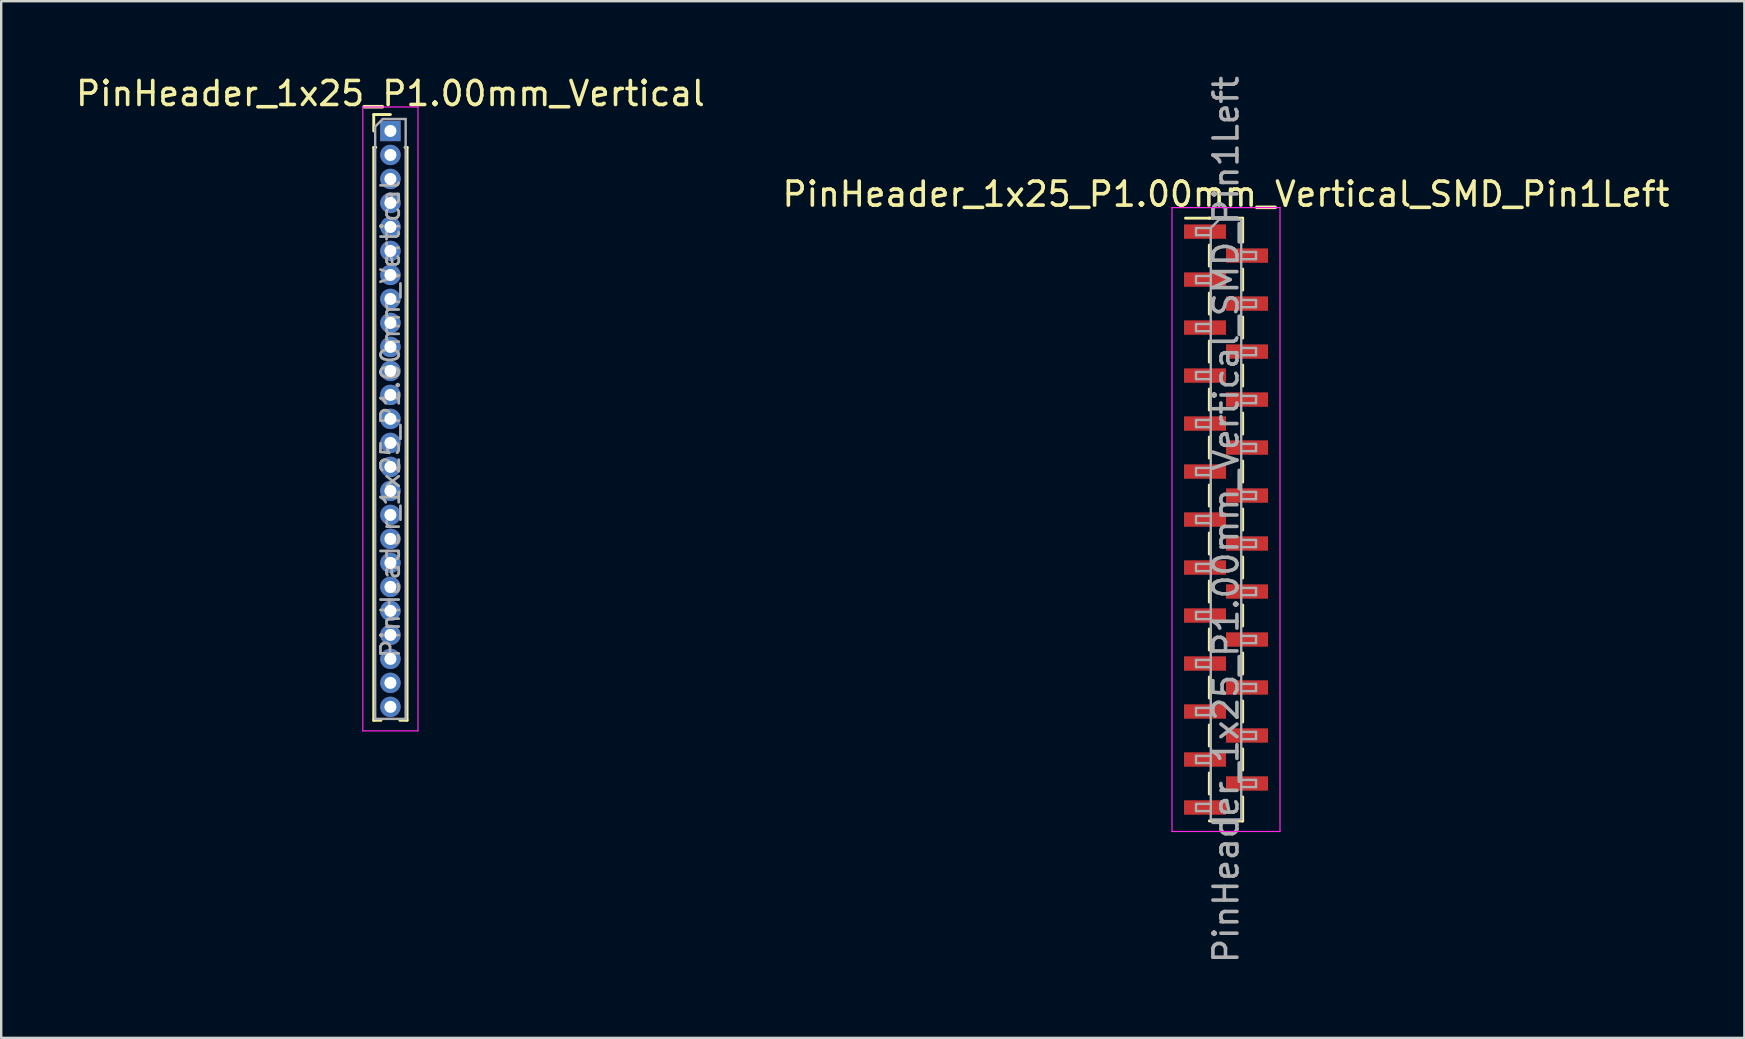
<source format=kicad_pcb>
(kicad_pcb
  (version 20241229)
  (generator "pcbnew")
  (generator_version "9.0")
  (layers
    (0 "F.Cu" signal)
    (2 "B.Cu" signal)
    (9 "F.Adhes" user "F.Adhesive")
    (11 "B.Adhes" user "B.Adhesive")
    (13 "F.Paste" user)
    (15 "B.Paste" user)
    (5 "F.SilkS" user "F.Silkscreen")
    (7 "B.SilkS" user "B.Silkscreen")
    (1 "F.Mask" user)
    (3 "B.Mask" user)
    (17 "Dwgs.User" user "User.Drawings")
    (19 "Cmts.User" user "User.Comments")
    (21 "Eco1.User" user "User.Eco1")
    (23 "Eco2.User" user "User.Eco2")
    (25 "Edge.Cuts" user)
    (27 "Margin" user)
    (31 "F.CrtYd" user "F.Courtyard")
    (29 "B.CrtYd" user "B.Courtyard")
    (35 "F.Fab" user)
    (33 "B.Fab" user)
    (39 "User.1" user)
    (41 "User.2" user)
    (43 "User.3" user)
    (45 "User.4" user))
  (footprint "PinHeader_1x25_P1.00mm_Vertical_SMD_Pin1Left"
    (layer "F.Cu")
    (at 48.042 18.601)
    (property "Reference" "PinHeader_1x25_P1.00mm_Vertical_SMD_Pin1Left" (at 0 -13.56 0) (layer "F.SilkS") (effects (font (size 1 1) (thickness 0.15))))
    (attr smd)
    (fp_line (start -0.695 -12.56) (end -1.69 -12.56) (stroke (width 0.12) (type solid)) (layer "F.SilkS"))
    (fp_line (start -0.695 -12.56) (end -0.695 -12.56) (stroke (width 0.12) (type solid)) (layer "F.SilkS"))
    (fp_line (start -0.695 -12.56) (end 0.695 -12.56) (stroke (width 0.12) (type solid)) (layer "F.SilkS"))
    (fp_line (start -0.695 -11.44) (end -0.695 -10.56) (stroke (width 0.12) (type solid)) (layer "F.SilkS"))
    (fp_line (start -0.695 -9.44) (end -0.695 -8.56) (stroke (width 0.12) (type solid)) (layer "F.SilkS"))
    (fp_line (start -0.695 -7.44) (end -0.695 -6.56) (stroke (width 0.12) (type solid)) (layer "F.SilkS"))
    (fp_line (start -0.695 -5.44) (end -0.695 -4.56) (stroke (width 0.12) (type solid)) (layer "F.SilkS"))
    (fp_line (start -0.695 -3.44) (end -0.695 -2.56) (stroke (width 0.12) (type solid)) (layer "F.SilkS"))
    (fp_line (start -0.695 -1.44) (end -0.695 -0.56) (stroke (width 0.12) (type solid)) (layer "F.SilkS"))
    (fp_line (start -0.695 0.56) (end -0.695 1.44) (stroke (width 0.12) (type solid)) (layer "F.SilkS"))
    (fp_line (start -0.695 2.56) (end -0.695 3.44) (stroke (width 0.12) (type solid)) (layer "F.SilkS"))
    (fp_line (start -0.695 4.56) (end -0.695 5.44) (stroke (width 0.12) (type solid)) (layer "F.SilkS"))
    (fp_line (start -0.695 6.56) (end -0.695 7.44) (stroke (width 0.12) (type solid)) (layer "F.SilkS"))
    (fp_line (start -0.695 8.56) (end -0.695 9.44) (stroke (width 0.12) (type solid)) (layer "F.SilkS"))
    (fp_line (start -0.695 10.56) (end -0.695 11.44) (stroke (width 0.12) (type solid)) (layer "F.SilkS"))
    (fp_line (start -0.695 12.56) (end 0.695 12.56) (stroke (width 0.12) (type solid)) (layer "F.SilkS"))
    (fp_line (start 0.695 -12.56) (end 0.695 -11.56) (stroke (width 0.12) (type solid)) (layer "F.SilkS"))
    (fp_line (start 0.695 -10.44) (end 0.695 -9.56) (stroke (width 0.12) (type solid)) (layer "F.SilkS"))
    (fp_line (start 0.695 -8.44) (end 0.695 -7.56) (stroke (width 0.12) (type solid)) (layer "F.SilkS"))
    (fp_line (start 0.695 -6.44) (end 0.695 -5.56) (stroke (width 0.12) (type solid)) (layer "F.SilkS"))
    (fp_line (start 0.695 -4.44) (end 0.695 -3.56) (stroke (width 0.12) (type solid)) (layer "F.SilkS"))
    (fp_line (start 0.695 -2.44) (end 0.695 -1.56) (stroke (width 0.12) (type solid)) (layer "F.SilkS"))
    (fp_line (start 0.695 -0.44) (end 0.695 0.44) (stroke (width 0.12) (type solid)) (layer "F.SilkS"))
    (fp_line (start 0.695 1.56) (end 0.695 2.44) (stroke (width 0.12) (type solid)) (layer "F.SilkS"))
    (fp_line (start 0.695 3.56) (end 0.695 4.44) (stroke (width 0.12) (type solid)) (layer "F.SilkS"))
    (fp_line (start 0.695 5.56) (end 0.695 6.44) (stroke (width 0.12) (type solid)) (layer "F.SilkS"))
    (fp_line (start 0.695 7.56) (end 0.695 8.44) (stroke (width 0.12) (type solid)) (layer "F.SilkS"))
    (fp_line (start 0.695 9.56) (end 0.695 10.44) (stroke (width 0.12) (type solid)) (layer "F.SilkS"))
    (fp_line (start 0.695 11.56) (end 0.695 12.56) (stroke (width 0.12) (type solid)) (layer "F.SilkS"))
    (fp_line (start 0.695 12.56) (end 0.695 12.56) (stroke (width 0.12) (type solid)) (layer "F.SilkS"))
    (fp_line (start -2.25 -13) (end -2.25 13) (stroke (width 0.05) (type solid)) (layer "F.CrtYd"))
    (fp_line (start -2.25 13) (end 2.25 13) (stroke (width 0.05) (type solid)) (layer "F.CrtYd"))
    (fp_line (start 2.25 -13) (end -2.25 -13) (stroke (width 0.05) (type solid)) (layer "F.CrtYd"))
    (fp_line (start 2.25 13) (end 2.25 -13) (stroke (width 0.05) (type solid)) (layer "F.CrtYd"))
    (fp_line (start -1.25 -12.15) (end -1.25 -11.85) (stroke (width 0.1) (type solid)) (layer "F.Fab"))
    (fp_line (start -1.25 -11.85) (end -0.635 -11.85) (stroke (width 0.1) (type solid)) (layer "F.Fab"))
    (fp_line (start -1.25 -10.15) (end -1.25 -9.85) (stroke (width 0.1) (type solid)) (layer "F.Fab"))
    (fp_line (start -1.25 -9.85) (end -0.635 -9.85) (stroke (width 0.1) (type solid)) (layer "F.Fab"))
    (fp_line (start -1.25 -8.15) (end -1.25 -7.85) (stroke (width 0.1) (type solid)) (layer "F.Fab"))
    (fp_line (start -1.25 -7.85) (end -0.635 -7.85) (stroke (width 0.1) (type solid)) (layer "F.Fab"))
    (fp_line (start -1.25 -6.15) (end -1.25 -5.85) (stroke (width 0.1) (type solid)) (layer "F.Fab"))
    (fp_line (start -1.25 -5.85) (end -0.635 -5.85) (stroke (width 0.1) (type solid)) (layer "F.Fab"))
    (fp_line (start -1.25 -4.15) (end -1.25 -3.85) (stroke (width 0.1) (type solid)) (layer "F.Fab"))
    (fp_line (start -1.25 -3.85) (end -0.635 -3.85) (stroke (width 0.1) (type solid)) (layer "F.Fab"))
    (fp_line (start -1.25 -2.15) (end -1.25 -1.85) (stroke (width 0.1) (type solid)) (layer "F.Fab"))
    (fp_line (start -1.25 -1.85) (end -0.635 -1.85) (stroke (width 0.1) (type solid)) (layer "F.Fab"))
    (fp_line (start -1.25 -0.15) (end -1.25 0.15) (stroke (width 0.1) (type solid)) (layer "F.Fab"))
    (fp_line (start -1.25 0.15) (end -0.635 0.15) (stroke (width 0.1) (type solid)) (layer "F.Fab"))
    (fp_line (start -1.25 1.85) (end -1.25 2.15) (stroke (width 0.1) (type solid)) (layer "F.Fab"))
    (fp_line (start -1.25 2.15) (end -0.635 2.15) (stroke (width 0.1) (type solid)) (layer "F.Fab"))
    (fp_line (start -1.25 3.85) (end -1.25 4.15) (stroke (width 0.1) (type solid)) (layer "F.Fab"))
    (fp_line (start -1.25 4.15) (end -0.635 4.15) (stroke (width 0.1) (type solid)) (layer "F.Fab"))
    (fp_line (start -1.25 5.85) (end -1.25 6.15) (stroke (width 0.1) (type solid)) (layer "F.Fab"))
    (fp_line (start -1.25 6.15) (end -0.635 6.15) (stroke (width 0.1) (type solid)) (layer "F.Fab"))
    (fp_line (start -1.25 7.85) (end -1.25 8.15) (stroke (width 0.1) (type solid)) (layer "F.Fab"))
    (fp_line (start -1.25 8.15) (end -0.635 8.15) (stroke (width 0.1) (type solid)) (layer "F.Fab"))
    (fp_line (start -1.25 9.85) (end -1.25 10.15) (stroke (width 0.1) (type solid)) (layer "F.Fab"))
    (fp_line (start -1.25 10.15) (end -0.635 10.15) (stroke (width 0.1) (type solid)) (layer "F.Fab"))
    (fp_line (start -1.25 11.85) (end -1.25 12.15) (stroke (width 0.1) (type solid)) (layer "F.Fab"))
    (fp_line (start -1.25 12.15) (end -0.635 12.15) (stroke (width 0.1) (type solid)) (layer "F.Fab"))
    (fp_line (start -0.635 -12.15) (end -1.25 -12.15) (stroke (width 0.1) (type solid)) (layer "F.Fab"))
    (fp_line (start -0.635 -12.15) (end -0.285 -12.5) (stroke (width 0.1) (type solid)) (layer "F.Fab"))
    (fp_line (start -0.635 -10.15) (end -1.25 -10.15) (stroke (width 0.1) (type solid)) (layer "F.Fab"))
    (fp_line (start -0.635 -8.15) (end -1.25 -8.15) (stroke (width 0.1) (type solid)) (layer "F.Fab"))
    (fp_line (start -0.635 -6.15) (end -1.25 -6.15) (stroke (width 0.1) (type solid)) (layer "F.Fab"))
    (fp_line (start -0.635 -4.15) (end -1.25 -4.15) (stroke (width 0.1) (type solid)) (layer "F.Fab"))
    (fp_line (start -0.635 -2.15) (end -1.25 -2.15) (stroke (width 0.1) (type solid)) (layer "F.Fab"))
    (fp_line (start -0.635 -0.15) (end -1.25 -0.15) (stroke (width 0.1) (type solid)) (layer "F.Fab"))
    (fp_line (start -0.635 1.85) (end -1.25 1.85) (stroke (width 0.1) (type solid)) (layer "F.Fab"))
    (fp_line (start -0.635 3.85) (end -1.25 3.85) (stroke (width 0.1) (type solid)) (layer "F.Fab"))
    (fp_line (start -0.635 5.85) (end -1.25 5.85) (stroke (width 0.1) (type solid)) (layer "F.Fab"))
    (fp_line (start -0.635 7.85) (end -1.25 7.85) (stroke (width 0.1) (type solid)) (layer "F.Fab"))
    (fp_line (start -0.635 9.85) (end -1.25 9.85) (stroke (width 0.1) (type solid)) (layer "F.Fab"))
    (fp_line (start -0.635 11.85) (end -1.25 11.85) (stroke (width 0.1) (type solid)) (layer "F.Fab"))
    (fp_line (start -0.635 12.5) (end -0.635 -12.15) (stroke (width 0.1) (type solid)) (layer "F.Fab"))
    (fp_line (start -0.285 -12.5) (end 0.635 -12.5) (stroke (width 0.1) (type solid)) (layer "F.Fab"))
    (fp_line (start 0.635 -12.5) (end 0.635 12.5) (stroke (width 0.1) (type solid)) (layer "F.Fab"))
    (fp_line (start 0.635 -11.15) (end 1.25 -11.15) (stroke (width 0.1) (type solid)) (layer "F.Fab"))
    (fp_line (start 0.635 -9.15) (end 1.25 -9.15) (stroke (width 0.1) (type solid)) (layer "F.Fab"))
    (fp_line (start 0.635 -7.15) (end 1.25 -7.15) (stroke (width 0.1) (type solid)) (layer "F.Fab"))
    (fp_line (start 0.635 -5.15) (end 1.25 -5.15) (stroke (width 0.1) (type solid)) (layer "F.Fab"))
    (fp_line (start 0.635 -3.15) (end 1.25 -3.15) (stroke (width 0.1) (type solid)) (layer "F.Fab"))
    (fp_line (start 0.635 -1.15) (end 1.25 -1.15) (stroke (width 0.1) (type solid)) (layer "F.Fab"))
    (fp_line (start 0.635 0.85) (end 1.25 0.85) (stroke (width 0.1) (type solid)) (layer "F.Fab"))
    (fp_line (start 0.635 2.85) (end 1.25 2.85) (stroke (width 0.1) (type solid)) (layer "F.Fab"))
    (fp_line (start 0.635 4.85) (end 1.25 4.85) (stroke (width 0.1) (type solid)) (layer "F.Fab"))
    (fp_line (start 0.635 6.85) (end 1.25 6.85) (stroke (width 0.1) (type solid)) (layer "F.Fab"))
    (fp_line (start 0.635 8.85) (end 1.25 8.85) (stroke (width 0.1) (type solid)) (layer "F.Fab"))
    (fp_line (start 0.635 10.85) (end 1.25 10.85) (stroke (width 0.1) (type solid)) (layer "F.Fab"))
    (fp_line (start 0.635 12.5) (end -0.635 12.5) (stroke (width 0.1) (type solid)) (layer "F.Fab"))
    (fp_line (start 1.25 -11.15) (end 1.25 -10.85) (stroke (width 0.1) (type solid)) (layer "F.Fab"))
    (fp_line (start 1.25 -10.85) (end 0.635 -10.85) (stroke (width 0.1) (type solid)) (layer "F.Fab"))
    (fp_line (start 1.25 -9.15) (end 1.25 -8.85) (stroke (width 0.1) (type solid)) (layer "F.Fab"))
    (fp_line (start 1.25 -8.85) (end 0.635 -8.85) (stroke (width 0.1) (type solid)) (layer "F.Fab"))
    (fp_line (start 1.25 -7.15) (end 1.25 -6.85) (stroke (width 0.1) (type solid)) (layer "F.Fab"))
    (fp_line (start 1.25 -6.85) (end 0.635 -6.85) (stroke (width 0.1) (type solid)) (layer "F.Fab"))
    (fp_line (start 1.25 -5.15) (end 1.25 -4.85) (stroke (width 0.1) (type solid)) (layer "F.Fab"))
    (fp_line (start 1.25 -4.85) (end 0.635 -4.85) (stroke (width 0.1) (type solid)) (layer "F.Fab"))
    (fp_line (start 1.25 -3.15) (end 1.25 -2.85) (stroke (width 0.1) (type solid)) (layer "F.Fab"))
    (fp_line (start 1.25 -2.85) (end 0.635 -2.85) (stroke (width 0.1) (type solid)) (layer "F.Fab"))
    (fp_line (start 1.25 -1.15) (end 1.25 -0.85) (stroke (width 0.1) (type solid)) (layer "F.Fab"))
    (fp_line (start 1.25 -0.85) (end 0.635 -0.85) (stroke (width 0.1) (type solid)) (layer "F.Fab"))
    (fp_line (start 1.25 0.85) (end 1.25 1.15) (stroke (width 0.1) (type solid)) (layer "F.Fab"))
    (fp_line (start 1.25 1.15) (end 0.635 1.15) (stroke (width 0.1) (type solid)) (layer "F.Fab"))
    (fp_line (start 1.25 2.85) (end 1.25 3.15) (stroke (width 0.1) (type solid)) (layer "F.Fab"))
    (fp_line (start 1.25 3.15) (end 0.635 3.15) (stroke (width 0.1) (type solid)) (layer "F.Fab"))
    (fp_line (start 1.25 4.85) (end 1.25 5.15) (stroke (width 0.1) (type solid)) (layer "F.Fab"))
    (fp_line (start 1.25 5.15) (end 0.635 5.15) (stroke (width 0.1) (type solid)) (layer "F.Fab"))
    (fp_line (start 1.25 6.85) (end 1.25 7.15) (stroke (width 0.1) (type solid)) (layer "F.Fab"))
    (fp_line (start 1.25 7.15) (end 0.635 7.15) (stroke (width 0.1) (type solid)) (layer "F.Fab"))
    (fp_line (start 1.25 8.85) (end 1.25 9.15) (stroke (width 0.1) (type solid)) (layer "F.Fab"))
    (fp_line (start 1.25 9.15) (end 0.635 9.15) (stroke (width 0.1) (type solid)) (layer "F.Fab"))
    (fp_line (start 1.25 10.85) (end 1.25 11.15) (stroke (width 0.1) (type solid)) (layer "F.Fab"))
    (fp_line (start 1.25 11.15) (end 0.635 11.15) (stroke (width 0.1) (type solid)) (layer "F.Fab"))
    (fp_text user "${REFERENCE}" (at 0 0 90) (layer "F.Fab") (effects (font (size 1 1) (thickness 0.15))))
    (pad "1" smd rect (at -0.875 -12) (size 1.75 0.6) (layers "F.Cu" "F.Mask" "F.Paste"))
    (pad "2" smd rect (at 0.875 -11) (size 1.75 0.6) (layers "F.Cu" "F.Mask" "F.Paste"))
    (pad "3" smd rect (at -0.875 -10) (size 1.75 0.6) (layers "F.Cu" "F.Mask" "F.Paste"))
    (pad "4" smd rect (at 0.875 -9) (size 1.75 0.6) (layers "F.Cu" "F.Mask" "F.Paste"))
    (pad "5" smd rect (at -0.875 -8) (size 1.75 0.6) (layers "F.Cu" "F.Mask" "F.Paste"))
    (pad "6" smd rect (at 0.875 -7) (size 1.75 0.6) (layers "F.Cu" "F.Mask" "F.Paste"))
    (pad "7" smd rect (at -0.875 -6) (size 1.75 0.6) (layers "F.Cu" "F.Mask" "F.Paste"))
    (pad "8" smd rect (at 0.875 -5) (size 1.75 0.6) (layers "F.Cu" "F.Mask" "F.Paste"))
    (pad "9" smd rect (at -0.875 -4) (size 1.75 0.6) (layers "F.Cu" "F.Mask" "F.Paste"))
    (pad "10" smd rect (at 0.875 -3) (size 1.75 0.6) (layers "F.Cu" "F.Mask" "F.Paste"))
    (pad "11" smd rect (at -0.875 -2) (size 1.75 0.6) (layers "F.Cu" "F.Mask" "F.Paste"))
    (pad "12" smd rect (at 0.875 -1) (size 1.75 0.6) (layers "F.Cu" "F.Mask" "F.Paste"))
    (pad "13" smd rect (at -0.875 0) (size 1.75 0.6) (layers "F.Cu" "F.Mask" "F.Paste"))
    (pad "14" smd rect (at 0.875 1) (size 1.75 0.6) (layers "F.Cu" "F.Mask" "F.Paste"))
    (pad "15" smd rect (at -0.875 2) (size 1.75 0.6) (layers "F.Cu" "F.Mask" "F.Paste"))
    (pad "16" smd rect (at 0.875 3) (size 1.75 0.6) (layers "F.Cu" "F.Mask" "F.Paste"))
    (pad "17" smd rect (at -0.875 4) (size 1.75 0.6) (layers "F.Cu" "F.Mask" "F.Paste"))
    (pad "18" smd rect (at 0.875 5) (size 1.75 0.6) (layers "F.Cu" "F.Mask" "F.Paste"))
    (pad "19" smd rect (at -0.875 6) (size 1.75 0.6) (layers "F.Cu" "F.Mask" "F.Paste"))
    (pad "20" smd rect (at 0.875 7) (size 1.75 0.6) (layers "F.Cu" "F.Mask" "F.Paste"))
    (pad "21" smd rect (at -0.875 8) (size 1.75 0.6) (layers "F.Cu" "F.Mask" "F.Paste"))
    (pad "22" smd rect (at 0.875 9) (size 1.75 0.6) (layers "F.Cu" "F.Mask" "F.Paste"))
    (pad "23" smd rect (at -0.875 10) (size 1.75 0.6) (layers "F.Cu" "F.Mask" "F.Paste"))
    (pad "24" smd rect (at 0.875 11) (size 1.75 0.6) (layers "F.Cu" "F.Mask" "F.Paste"))
    (pad "25" smd rect (at -0.875 12) (size 1.75 0.6) (layers "F.Cu" "F.Mask" "F.Paste")))
  (footprint "PinHeader_1x25_P1.00mm_Vertical"
    (layer "F.Cu")
    (at 13.22 2.408)
    (property "Reference" "PinHeader_1x25_P1.00mm_Vertical" (at 0 -1.56 0) (layer "F.SilkS") (effects (font (size 1 1) (thickness 0.15))))
    (attr through_hole)
    (fp_line (start -0.695 -0.685) (end 0 -0.685) (stroke (width 0.12) (type solid)) (layer "F.SilkS"))
    (fp_line (start -0.695 0) (end -0.695 -0.685) (stroke (width 0.12) (type solid)) (layer "F.SilkS"))
    (fp_line (start -0.695 0.685) (end -0.695 24.56) (stroke (width 0.12) (type solid)) (layer "F.SilkS"))
    (fp_line (start -0.695 0.685) (end -0.608 0.685) (stroke (width 0.12) (type solid)) (layer "F.SilkS"))
    (fp_line (start -0.695 24.56) (end -0.394 24.56) (stroke (width 0.12) (type solid)) (layer "F.SilkS"))
    (fp_line (start 0.394 24.56) (end 0.695 24.56) (stroke (width 0.12) (type solid)) (layer "F.SilkS"))
    (fp_line (start 0.608 0.685) (end 0.695 0.685) (stroke (width 0.12) (type solid)) (layer "F.SilkS"))
    (fp_line (start 0.695 0.685) (end 0.695 24.56) (stroke (width 0.12) (type solid)) (layer "F.SilkS"))
    (fp_line (start -1.15 -1) (end -1.15 25) (stroke (width 0.05) (type solid)) (layer "F.CrtYd"))
    (fp_line (start -1.15 25) (end 1.15 25) (stroke (width 0.05) (type solid)) (layer "F.CrtYd"))
    (fp_line (start 1.15 -1) (end -1.15 -1) (stroke (width 0.05) (type solid)) (layer "F.CrtYd"))
    (fp_line (start 1.15 25) (end 1.15 -1) (stroke (width 0.05) (type solid)) (layer "F.CrtYd"))
    (fp_line (start -0.635 -0.182) (end -0.318 -0.5) (stroke (width 0.1) (type solid)) (layer "F.Fab"))
    (fp_line (start -0.635 24.5) (end -0.635 -0.182) (stroke (width 0.1) (type solid)) (layer "F.Fab"))
    (fp_line (start -0.318 -0.5) (end 0.635 -0.5) (stroke (width 0.1) (type solid)) (layer "F.Fab"))
    (fp_line (start 0.635 -0.5) (end 0.635 24.5) (stroke (width 0.1) (type solid)) (layer "F.Fab"))
    (fp_line (start 0.635 24.5) (end -0.635 24.5) (stroke (width 0.1) (type solid)) (layer "F.Fab"))
    (fp_text user "${REFERENCE}" (at 0 12 90) (layer "F.Fab") (effects (font (size 0.76 0.76) (thickness 0.114))))
    (pad "1" thru_hole rect (at 0 0) (size 0.85 0.85) (drill 0.5) (layers "*.Cu" "*.Mask"))
    (pad "2" thru_hole oval (at 0 1) (size 0.85 0.85) (drill 0.5) (layers "*.Cu" "*.Mask"))
    (pad "3" thru_hole oval (at 0 2) (size 0.85 0.85) (drill 0.5) (layers "*.Cu" "*.Mask"))
    (pad "4" thru_hole oval (at 0 3) (size 0.85 0.85) (drill 0.5) (layers "*.Cu" "*.Mask"))
    (pad "5" thru_hole oval (at 0 4) (size 0.85 0.85) (drill 0.5) (layers "*.Cu" "*.Mask"))
    (pad "6" thru_hole oval (at 0 5) (size 0.85 0.85) (drill 0.5) (layers "*.Cu" "*.Mask"))
    (pad "7" thru_hole oval (at 0 6) (size 0.85 0.85) (drill 0.5) (layers "*.Cu" "*.Mask"))
    (pad "8" thru_hole oval (at 0 7) (size 0.85 0.85) (drill 0.5) (layers "*.Cu" "*.Mask"))
    (pad "9" thru_hole oval (at 0 8) (size 0.85 0.85) (drill 0.5) (layers "*.Cu" "*.Mask"))
    (pad "10" thru_hole oval (at 0 9) (size 0.85 0.85) (drill 0.5) (layers "*.Cu" "*.Mask"))
    (pad "11" thru_hole oval (at 0 10) (size 0.85 0.85) (drill 0.5) (layers "*.Cu" "*.Mask"))
    (pad "12" thru_hole oval (at 0 11) (size 0.85 0.85) (drill 0.5) (layers "*.Cu" "*.Mask"))
    (pad "13" thru_hole oval (at 0 12) (size 0.85 0.85) (drill 0.5) (layers "*.Cu" "*.Mask"))
    (pad "14" thru_hole oval (at 0 13) (size 0.85 0.85) (drill 0.5) (layers "*.Cu" "*.Mask"))
    (pad "15" thru_hole oval (at 0 14) (size 0.85 0.85) (drill 0.5) (layers "*.Cu" "*.Mask"))
    (pad "16" thru_hole oval (at 0 15) (size 0.85 0.85) (drill 0.5) (layers "*.Cu" "*.Mask"))
    (pad "17" thru_hole oval (at 0 16) (size 0.85 0.85) (drill 0.5) (layers "*.Cu" "*.Mask"))
    (pad "18" thru_hole oval (at 0 17) (size 0.85 0.85) (drill 0.5) (layers "*.Cu" "*.Mask"))
    (pad "19" thru_hole oval (at 0 18) (size 0.85 0.85) (drill 0.5) (layers "*.Cu" "*.Mask"))
    (pad "20" thru_hole oval (at 0 19) (size 0.85 0.85) (drill 0.5) (layers "*.Cu" "*.Mask"))
    (pad "21" thru_hole oval (at 0 20) (size 0.85 0.85) (drill 0.5) (layers "*.Cu" "*.Mask"))
    (pad "22" thru_hole oval (at 0 21) (size 0.85 0.85) (drill 0.5) (layers "*.Cu" "*.Mask"))
    (pad "23" thru_hole oval (at 0 22) (size 0.85 0.85) (drill 0.5) (layers "*.Cu" "*.Mask"))
    (pad "24" thru_hole oval (at 0 23) (size 0.85 0.85) (drill 0.5) (layers "*.Cu" "*.Mask"))
    (pad "25" thru_hole oval (at 0 24) (size 0.85 0.85) (drill 0.5) (layers "*.Cu" "*.Mask")))
  (gr_rect
    (start -3 -3)
    (end 69.643 40.202)
    (stroke (width 0.1) (type default))
    (fill no)
    (layer "Edge.Cuts")))
</source>
